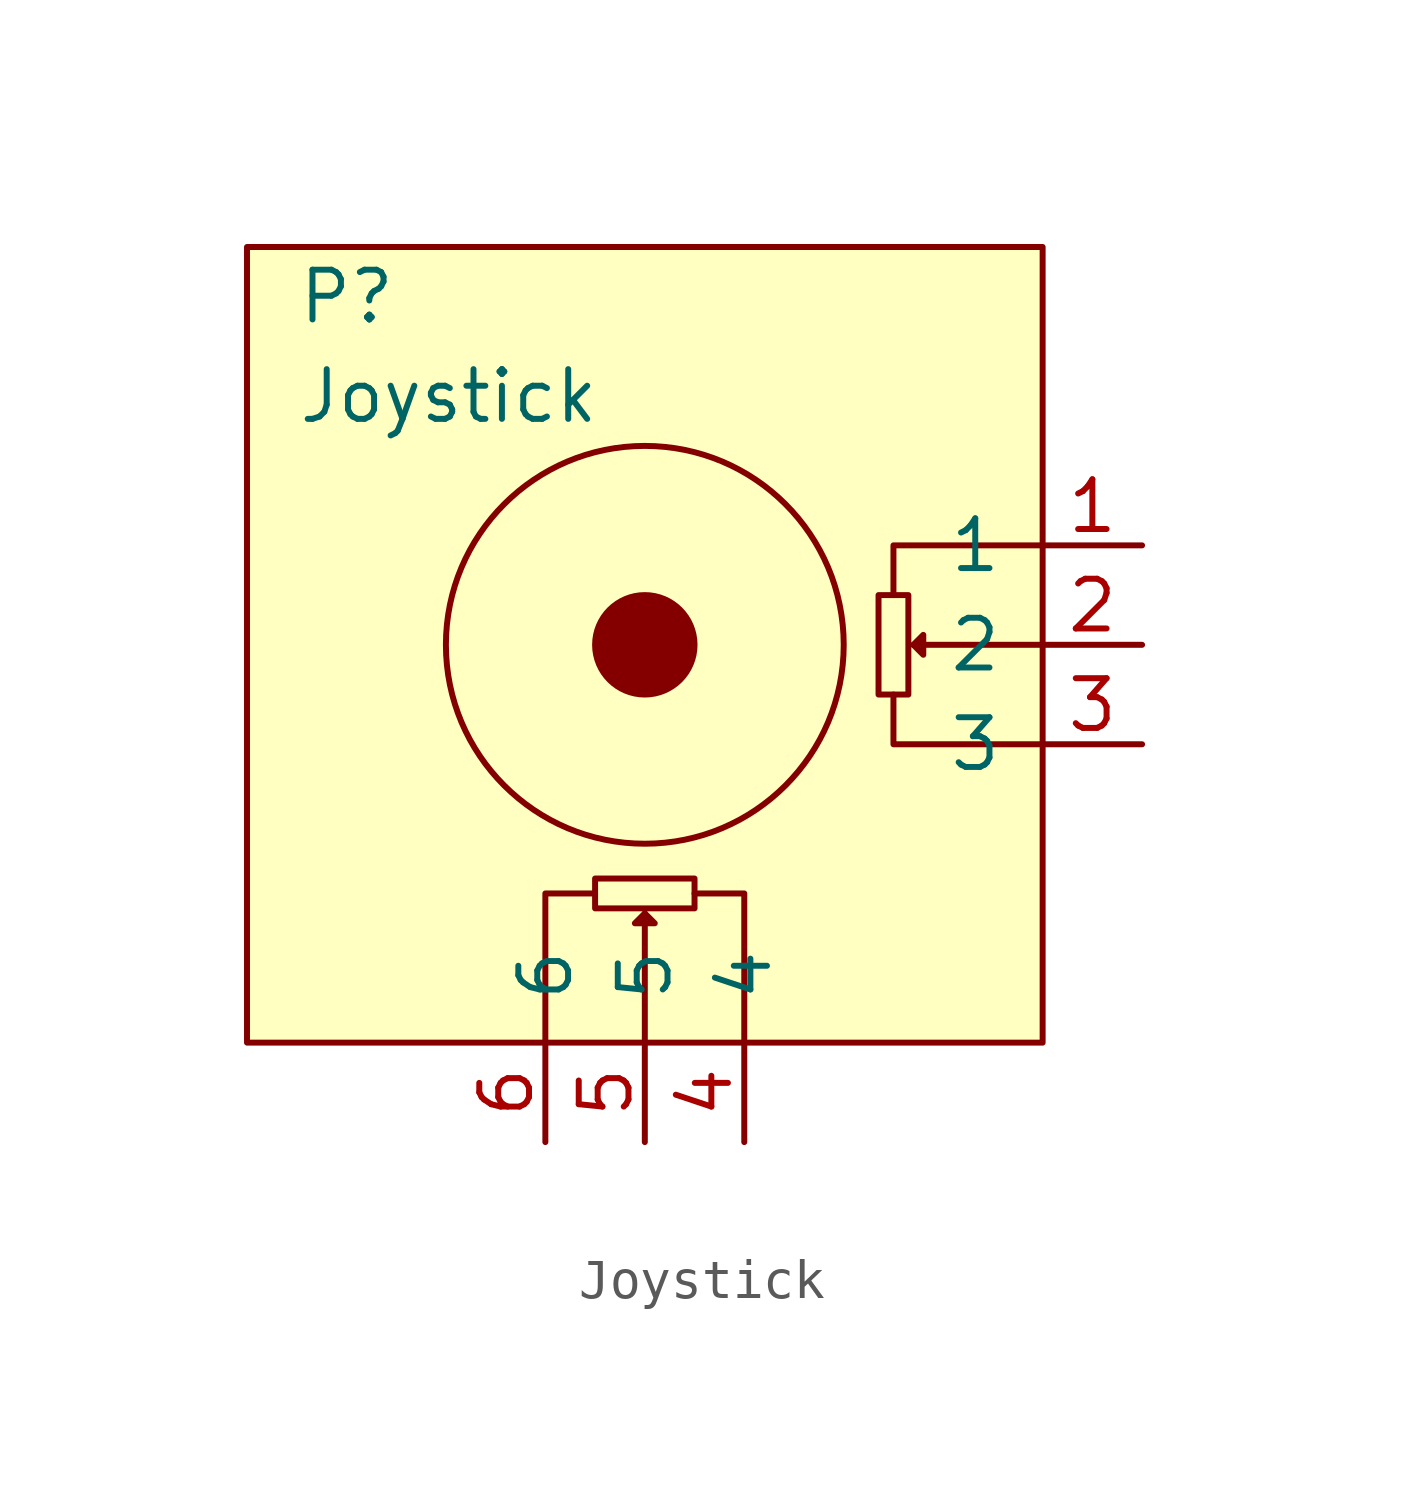
<source format=kicad_sym>
(kicad_symbol_lib
  (version 20231120)
  (generator "kicad_symbol_editor")
  (generator_version "8.0")
  (symbol "Joystick"
    (pin_names
      (offset 1.016))
    (property "Reference" "P"
      (at -8.89 8.89 0)
      (effects (font (size 1.27 1.27)) (justify left)))
    (property "Value" "Joystick"
      (at -8.89 6.35 0)
      (effects (font (size 1.27 1.27)) (justify left)))
    (symbol "Joystick_0_1"
      (rectangle (start -1.27 -6.731) (end 1.27 -5.969) (stroke (width 0) (type default)) (fill (type none)))
      (polyline (pts (xy 0 -10.16) (xy 0 -6.858)) (stroke (width 0) (type default)) (fill (type none)))
      (polyline (pts (xy 10.16 0) (xy 6.858 0)) (stroke (width 0) (type default)) (fill (type none)))
      (polyline (pts (xy -2.54 -10.16) (xy -2.54 -6.35) (xy -1.27 -6.35)) (stroke (width 0) (type default)) (fill (type none)))
      (polyline (pts (xy 2.54 -10.16) (xy 2.54 -6.35) (xy 1.27 -6.35)) (stroke (width 0) (type default)) (fill (type none)))
      (polyline (pts (xy 10.16 -2.54) (xy 6.35 -2.54) (xy 6.35 -1.27)) (stroke (width 0) (type default)) (fill (type none)))
      (polyline (pts (xy 10.16 2.54) (xy 6.35 2.54) (xy 6.35 1.27)) (stroke (width 0) (type default)) (fill (type none)))
      (polyline (pts (xy 0 -6.858) (xy 0.254 -7.112) (xy -0.254 -7.112) (xy 0 -6.858)) (stroke (width 0) (type default)) (fill (type none)))
      (polyline (pts (xy 6.858 0) (xy 7.112 0.254) (xy 7.112 -0.254) (xy 6.858 0)) (stroke (width 0) (type default)) (fill (type none)))
      (circle (center 0 0) (radius 5.08) (stroke (width 0) (type default)) (fill (type none)))
      (rectangle (start 6.731 -1.27) (end 5.969 1.27) (stroke (width 0) (type default)) (fill (type none))))
    (symbol "Joystick_1_1"
      (rectangle (start -10.16 10.16) (end 10.16 -10.16) (stroke (width 0) (type default)) (fill (type background)))
      (circle (center 0 0) (radius 1.27) (stroke (width 0) (type default)) (fill (type outline)))
      (pin passive line (at 12.7 2.54 180) (length 2.54) (name "1" (effects (font (size 1.27 1.27)))) (number "1" (effects (font (size 1.27 1.27)))))
      (pin passive line (at 12.7 0 180) (length 2.54) (name "2" (effects (font (size 1.27 1.27)))) (number "2" (effects (font (size 1.27 1.27)))))
      (pin passive line (at 12.7 -2.54 180) (length 2.54) (name "3" (effects (font (size 1.27 1.27)))) (number "3" (effects (font (size 1.27 1.27)))))
      (pin passive line (at 2.54 -12.7 90) (length 2.54) (name "4" (effects (font (size 1.27 1.27)))) (number "4" (effects (font (size 1.27 1.27)))))
      (pin passive line (at 0 -12.7 90) (length 2.54) (name "5" (effects (font (size 1.27 1.27)))) (number "5" (effects (font (size 1.27 1.27)))))
      (pin passive line (at -2.54 -12.7 90) (length 2.54) (name "6" (effects (font (size 1.27 1.27)))) (number "6" (effects (font (size 1.27 1.27))))))))
</source>
